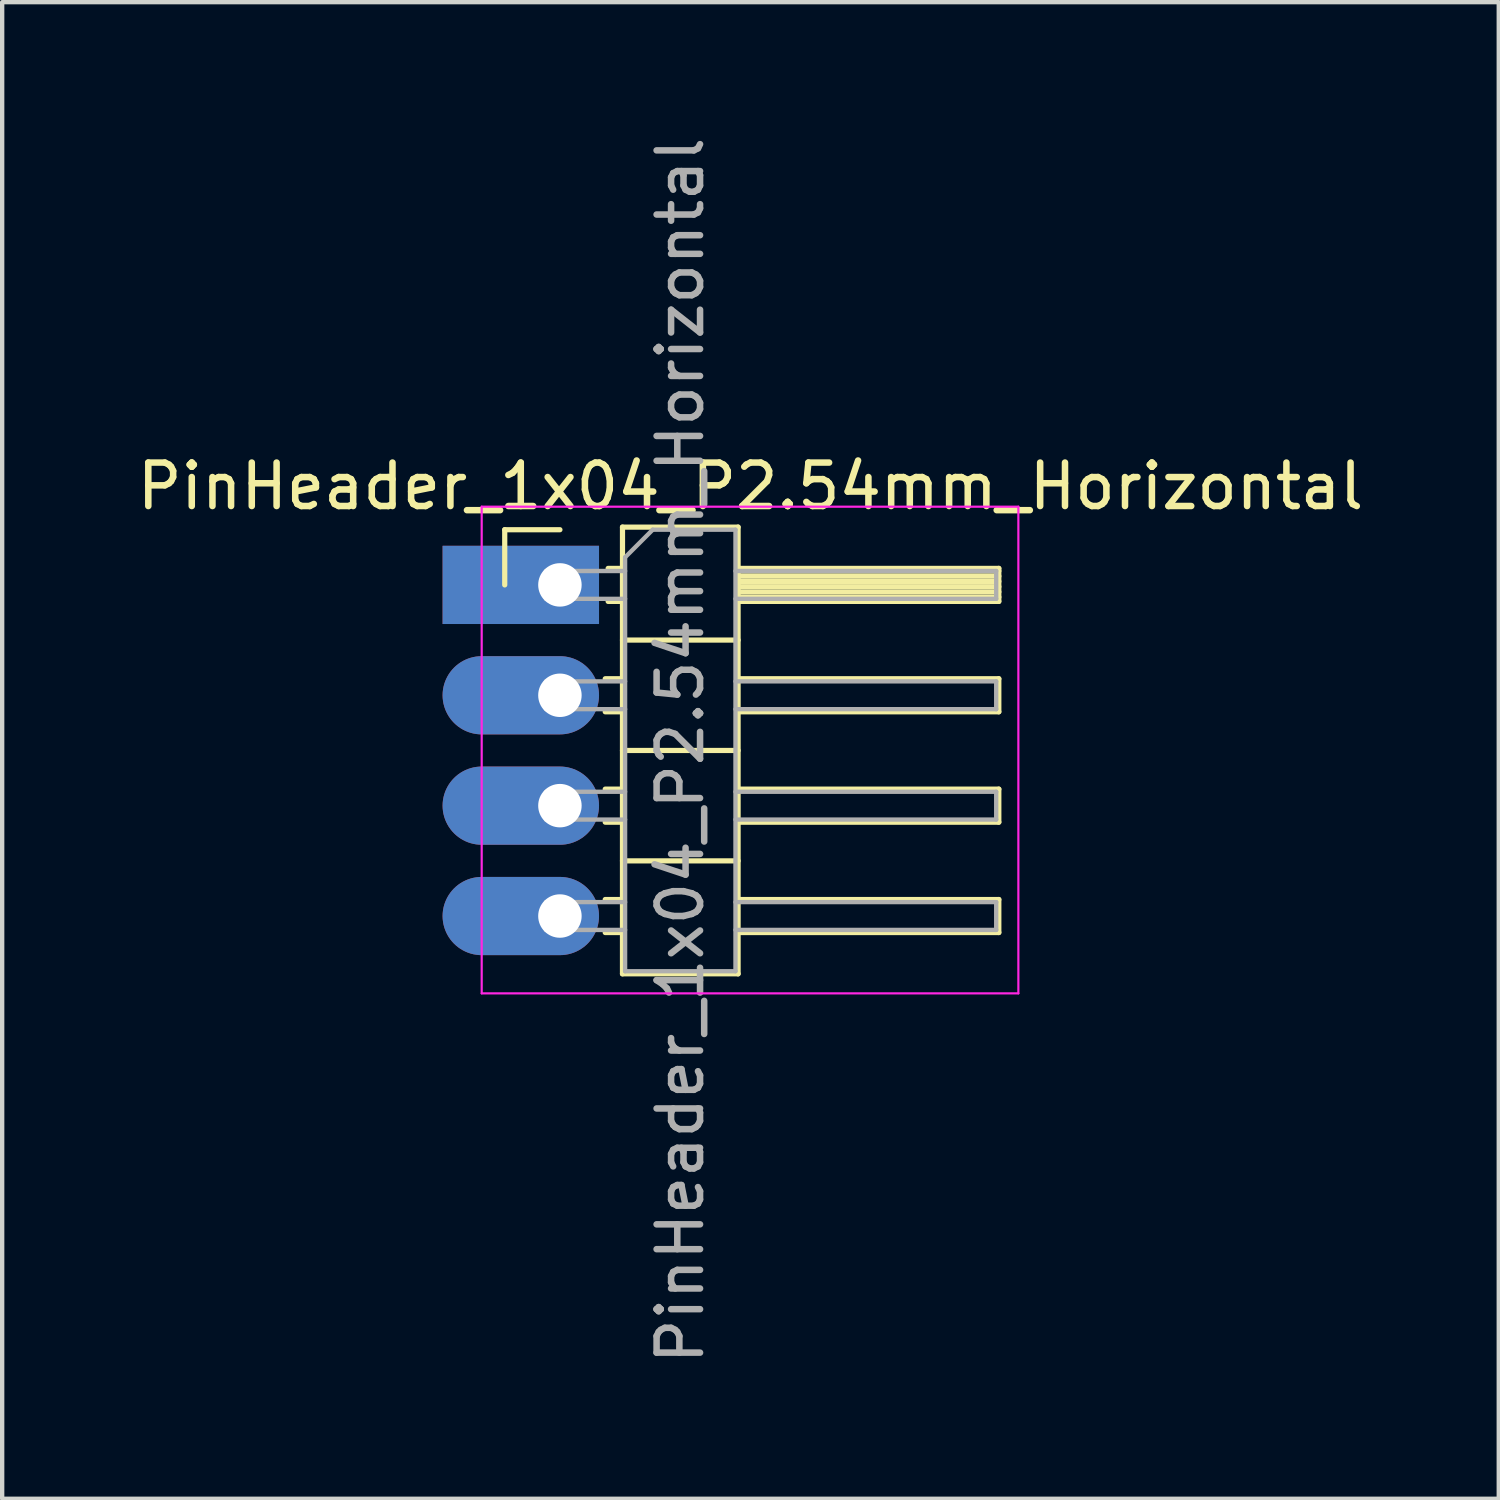
<source format=kicad_pcb>
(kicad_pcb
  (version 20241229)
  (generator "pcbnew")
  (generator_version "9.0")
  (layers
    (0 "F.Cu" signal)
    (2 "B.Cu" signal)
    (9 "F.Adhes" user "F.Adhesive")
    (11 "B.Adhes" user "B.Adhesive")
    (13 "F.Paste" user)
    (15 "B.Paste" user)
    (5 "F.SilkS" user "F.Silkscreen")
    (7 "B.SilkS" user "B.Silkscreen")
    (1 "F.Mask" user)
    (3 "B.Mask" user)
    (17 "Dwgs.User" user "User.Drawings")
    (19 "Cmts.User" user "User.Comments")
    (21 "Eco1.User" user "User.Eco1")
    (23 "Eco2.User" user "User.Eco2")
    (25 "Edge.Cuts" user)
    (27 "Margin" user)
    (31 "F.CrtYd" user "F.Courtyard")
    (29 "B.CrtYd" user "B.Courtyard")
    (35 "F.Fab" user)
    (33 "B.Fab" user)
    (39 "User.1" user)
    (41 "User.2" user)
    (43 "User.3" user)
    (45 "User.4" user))
  (footprint "PinHeader_1x04_P2.54mm_Horizontal"
    (layer "F.Cu")
    (at 9.835 10.41)
    (property "Reference" "PinHeader_1x04_P2.54mm_Horizontal" (at 4.385 -2.27 0) (layer "F.SilkS") (effects (font (size 1 1) (thickness 0.15))))
    (attr through_hole)
    (fp_line (start -1.27 -1.27) (end 0 -1.27) (stroke (width 0.12) (type solid)) (layer "F.SilkS"))
    (fp_line (start -1.27 0) (end -1.27 -1.27) (stroke (width 0.12) (type solid)) (layer "F.SilkS"))
    (fp_line (start 1.043 2.16) (end 1.44 2.16) (stroke (width 0.12) (type solid)) (layer "F.SilkS"))
    (fp_line (start 1.043 2.92) (end 1.44 2.92) (stroke (width 0.12) (type solid)) (layer "F.SilkS"))
    (fp_line (start 1.043 4.7) (end 1.44 4.7) (stroke (width 0.12) (type solid)) (layer "F.SilkS"))
    (fp_line (start 1.043 5.46) (end 1.44 5.46) (stroke (width 0.12) (type solid)) (layer "F.SilkS"))
    (fp_line (start 1.043 7.24) (end 1.44 7.24) (stroke (width 0.12) (type solid)) (layer "F.SilkS"))
    (fp_line (start 1.043 8) (end 1.44 8) (stroke (width 0.12) (type solid)) (layer "F.SilkS"))
    (fp_line (start 1.11 -0.38) (end 1.44 -0.38) (stroke (width 0.12) (type solid)) (layer "F.SilkS"))
    (fp_line (start 1.11 0.38) (end 1.44 0.38) (stroke (width 0.12) (type solid)) (layer "F.SilkS"))
    (fp_line (start 1.44 -1.33) (end 1.44 8.95) (stroke (width 0.12) (type solid)) (layer "F.SilkS"))
    (fp_line (start 1.44 1.27) (end 4.1 1.27) (stroke (width 0.12) (type solid)) (layer "F.SilkS"))
    (fp_line (start 1.44 3.81) (end 4.1 3.81) (stroke (width 0.12) (type solid)) (layer "F.SilkS"))
    (fp_line (start 1.44 6.35) (end 4.1 6.35) (stroke (width 0.12) (type solid)) (layer "F.SilkS"))
    (fp_line (start 1.44 8.95) (end 4.1 8.95) (stroke (width 0.12) (type solid)) (layer "F.SilkS"))
    (fp_line (start 4.1 -1.33) (end 1.44 -1.33) (stroke (width 0.12) (type solid)) (layer "F.SilkS"))
    (fp_line (start 4.1 -0.38) (end 10.1 -0.38) (stroke (width 0.12) (type solid)) (layer "F.SilkS"))
    (fp_line (start 4.1 -0.32) (end 10.1 -0.32) (stroke (width 0.12) (type solid)) (layer "F.SilkS"))
    (fp_line (start 4.1 -0.2) (end 10.1 -0.2) (stroke (width 0.12) (type solid)) (layer "F.SilkS"))
    (fp_line (start 4.1 -0.08) (end 10.1 -0.08) (stroke (width 0.12) (type solid)) (layer "F.SilkS"))
    (fp_line (start 4.1 0.04) (end 10.1 0.04) (stroke (width 0.12) (type solid)) (layer "F.SilkS"))
    (fp_line (start 4.1 0.16) (end 10.1 0.16) (stroke (width 0.12) (type solid)) (layer "F.SilkS"))
    (fp_line (start 4.1 0.28) (end 10.1 0.28) (stroke (width 0.12) (type solid)) (layer "F.SilkS"))
    (fp_line (start 4.1 2.16) (end 10.1 2.16) (stroke (width 0.12) (type solid)) (layer "F.SilkS"))
    (fp_line (start 4.1 4.7) (end 10.1 4.7) (stroke (width 0.12) (type solid)) (layer "F.SilkS"))
    (fp_line (start 4.1 7.24) (end 10.1 7.24) (stroke (width 0.12) (type solid)) (layer "F.SilkS"))
    (fp_line (start 4.1 8.95) (end 4.1 -1.33) (stroke (width 0.12) (type solid)) (layer "F.SilkS"))
    (fp_line (start 10.1 -0.38) (end 10.1 0.38) (stroke (width 0.12) (type solid)) (layer "F.SilkS"))
    (fp_line (start 10.1 0.38) (end 4.1 0.38) (stroke (width 0.12) (type solid)) (layer "F.SilkS"))
    (fp_line (start 10.1 2.16) (end 10.1 2.92) (stroke (width 0.12) (type solid)) (layer "F.SilkS"))
    (fp_line (start 10.1 2.92) (end 4.1 2.92) (stroke (width 0.12) (type solid)) (layer "F.SilkS"))
    (fp_line (start 10.1 4.7) (end 10.1 5.46) (stroke (width 0.12) (type solid)) (layer "F.SilkS"))
    (fp_line (start 10.1 5.46) (end 4.1 5.46) (stroke (width 0.12) (type solid)) (layer "F.SilkS"))
    (fp_line (start 10.1 7.24) (end 10.1 8) (stroke (width 0.12) (type solid)) (layer "F.SilkS"))
    (fp_line (start 10.1 8) (end 4.1 8) (stroke (width 0.12) (type solid)) (layer "F.SilkS"))
    (fp_line (start -1.8 -1.8) (end -1.8 9.4) (stroke (width 0.05) (type solid)) (layer "F.CrtYd"))
    (fp_line (start -1.8 9.4) (end 10.55 9.4) (stroke (width 0.05) (type solid)) (layer "F.CrtYd"))
    (fp_line (start 10.55 -1.8) (end -1.8 -1.8) (stroke (width 0.05) (type solid)) (layer "F.CrtYd"))
    (fp_line (start 10.55 9.4) (end 10.55 -1.8) (stroke (width 0.05) (type solid)) (layer "F.CrtYd"))
    (fp_line (start -0.32 -0.32) (end -0.32 0.32) (stroke (width 0.1) (type solid)) (layer "F.Fab"))
    (fp_line (start -0.32 -0.32) (end 1.5 -0.32) (stroke (width 0.1) (type solid)) (layer "F.Fab"))
    (fp_line (start -0.32 0.32) (end 1.5 0.32) (stroke (width 0.1) (type solid)) (layer "F.Fab"))
    (fp_line (start -0.32 2.22) (end -0.32 2.86) (stroke (width 0.1) (type solid)) (layer "F.Fab"))
    (fp_line (start -0.32 2.22) (end 1.5 2.22) (stroke (width 0.1) (type solid)) (layer "F.Fab"))
    (fp_line (start -0.32 2.86) (end 1.5 2.86) (stroke (width 0.1) (type solid)) (layer "F.Fab"))
    (fp_line (start -0.32 4.76) (end -0.32 5.4) (stroke (width 0.1) (type solid)) (layer "F.Fab"))
    (fp_line (start -0.32 4.76) (end 1.5 4.76) (stroke (width 0.1) (type solid)) (layer "F.Fab"))
    (fp_line (start -0.32 5.4) (end 1.5 5.4) (stroke (width 0.1) (type solid)) (layer "F.Fab"))
    (fp_line (start -0.32 7.3) (end -0.32 7.94) (stroke (width 0.1) (type solid)) (layer "F.Fab"))
    (fp_line (start -0.32 7.3) (end 1.5 7.3) (stroke (width 0.1) (type solid)) (layer "F.Fab"))
    (fp_line (start -0.32 7.94) (end 1.5 7.94) (stroke (width 0.1) (type solid)) (layer "F.Fab"))
    (fp_line (start 1.5 -0.635) (end 2.135 -1.27) (stroke (width 0.1) (type solid)) (layer "F.Fab"))
    (fp_line (start 1.5 8.89) (end 1.5 -0.635) (stroke (width 0.1) (type solid)) (layer "F.Fab"))
    (fp_line (start 2.135 -1.27) (end 4.04 -1.27) (stroke (width 0.1) (type solid)) (layer "F.Fab"))
    (fp_line (start 4.04 -1.27) (end 4.04 8.89) (stroke (width 0.1) (type solid)) (layer "F.Fab"))
    (fp_line (start 4.04 -0.32) (end 10.04 -0.32) (stroke (width 0.1) (type solid)) (layer "F.Fab"))
    (fp_line (start 4.04 0.32) (end 10.04 0.32) (stroke (width 0.1) (type solid)) (layer "F.Fab"))
    (fp_line (start 4.04 2.22) (end 10.04 2.22) (stroke (width 0.1) (type solid)) (layer "F.Fab"))
    (fp_line (start 4.04 2.86) (end 10.04 2.86) (stroke (width 0.1) (type solid)) (layer "F.Fab"))
    (fp_line (start 4.04 4.76) (end 10.04 4.76) (stroke (width 0.1) (type solid)) (layer "F.Fab"))
    (fp_line (start 4.04 5.4) (end 10.04 5.4) (stroke (width 0.1) (type solid)) (layer "F.Fab"))
    (fp_line (start 4.04 7.3) (end 10.04 7.3) (stroke (width 0.1) (type solid)) (layer "F.Fab"))
    (fp_line (start 4.04 7.94) (end 10.04 7.94) (stroke (width 0.1) (type solid)) (layer "F.Fab"))
    (fp_line (start 4.04 8.89) (end 1.5 8.89) (stroke (width 0.1) (type solid)) (layer "F.Fab"))
    (fp_line (start 10.04 -0.32) (end 10.04 0.32) (stroke (width 0.1) (type solid)) (layer "F.Fab"))
    (fp_line (start 10.04 2.22) (end 10.04 2.86) (stroke (width 0.1) (type solid)) (layer "F.Fab"))
    (fp_line (start 10.04 4.76) (end 10.04 5.4) (stroke (width 0.1) (type solid)) (layer "F.Fab"))
    (fp_line (start 10.04 7.3) (end 10.04 7.94) (stroke (width 0.1) (type solid)) (layer "F.Fab"))
    (fp_text user "${REFERENCE}" (at 2.77 3.81 90) (layer "F.Fab") (effects (font (size 1 1) (thickness 0.15))))
    (pad "1" thru_hole rect (at 0 0) (size 3.6 1.8) (drill 1 (offset -0.9 0)) (layers "*.Cu" "*.Mask"))
    (pad "2" thru_hole oval (at 0 2.54) (size 3.6 1.8) (drill 1 (offset -0.9 0)) (layers "*.Cu" "*.Mask"))
    (pad "3" thru_hole oval (at 0 5.08) (size 3.6 1.8) (drill 1 (offset -0.9 0)) (layers "*.Cu" "*.Mask"))
    (pad "4" thru_hole oval (at 0 7.62) (size 3.6 1.8) (drill 1 (offset -0.9 0)) (layers "*.Cu" "*.Mask")))
  (gr_rect
    (start -3 -3)
    (end 31.44 31.44)
    (stroke (width 0.1) (type default))
    (fill no)
    (layer "Edge.Cuts")))
</source>
